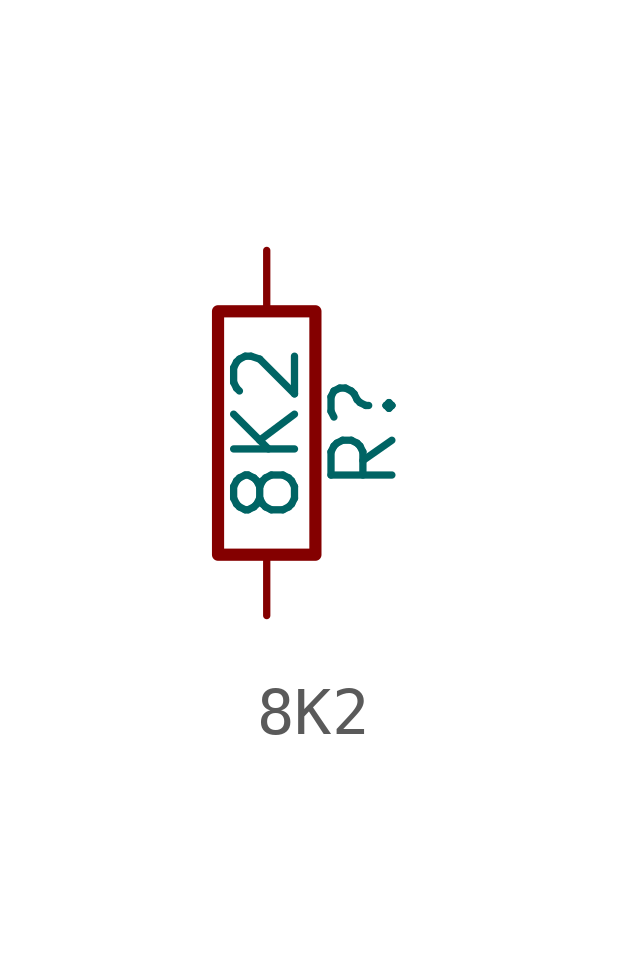
<source format=kicad_sym>
(kicad_symbol_lib
  (version 20220914)
  (generator kicad_db_lib)
  (symbol "8K2"
    (pin_numbers hide)
    (pin_names
      (offset 0))
    (property "Reference" "R"
      (at 2.032 0 90)
      (effects (font (size 1.27 1.27))))
    (property "Value" "8K2"
      (at 0 0 90)
      (effects (font (size 1.27 1.27))))
    (symbol "8K2_0_1"
      (rectangle (start -1.016 -2.54) (end 1.016 2.54) (stroke (width 0.254) (type default)) (fill (type none))))
    (symbol "8K2_1_1"
      (pin passive line (at 0 3.81 270) (length 1.27) (name "~" (effects (font (size 1.27 1.27)))) (number "1" (effects (font (size 1.27 1.27)))))
      (pin passive line (at 0 -3.81 90) (length 1.27) (name "~" (effects (font (size 1.27 1.27)))) (number "2" (effects (font (size 1.27 1.27))))))))
</source>
